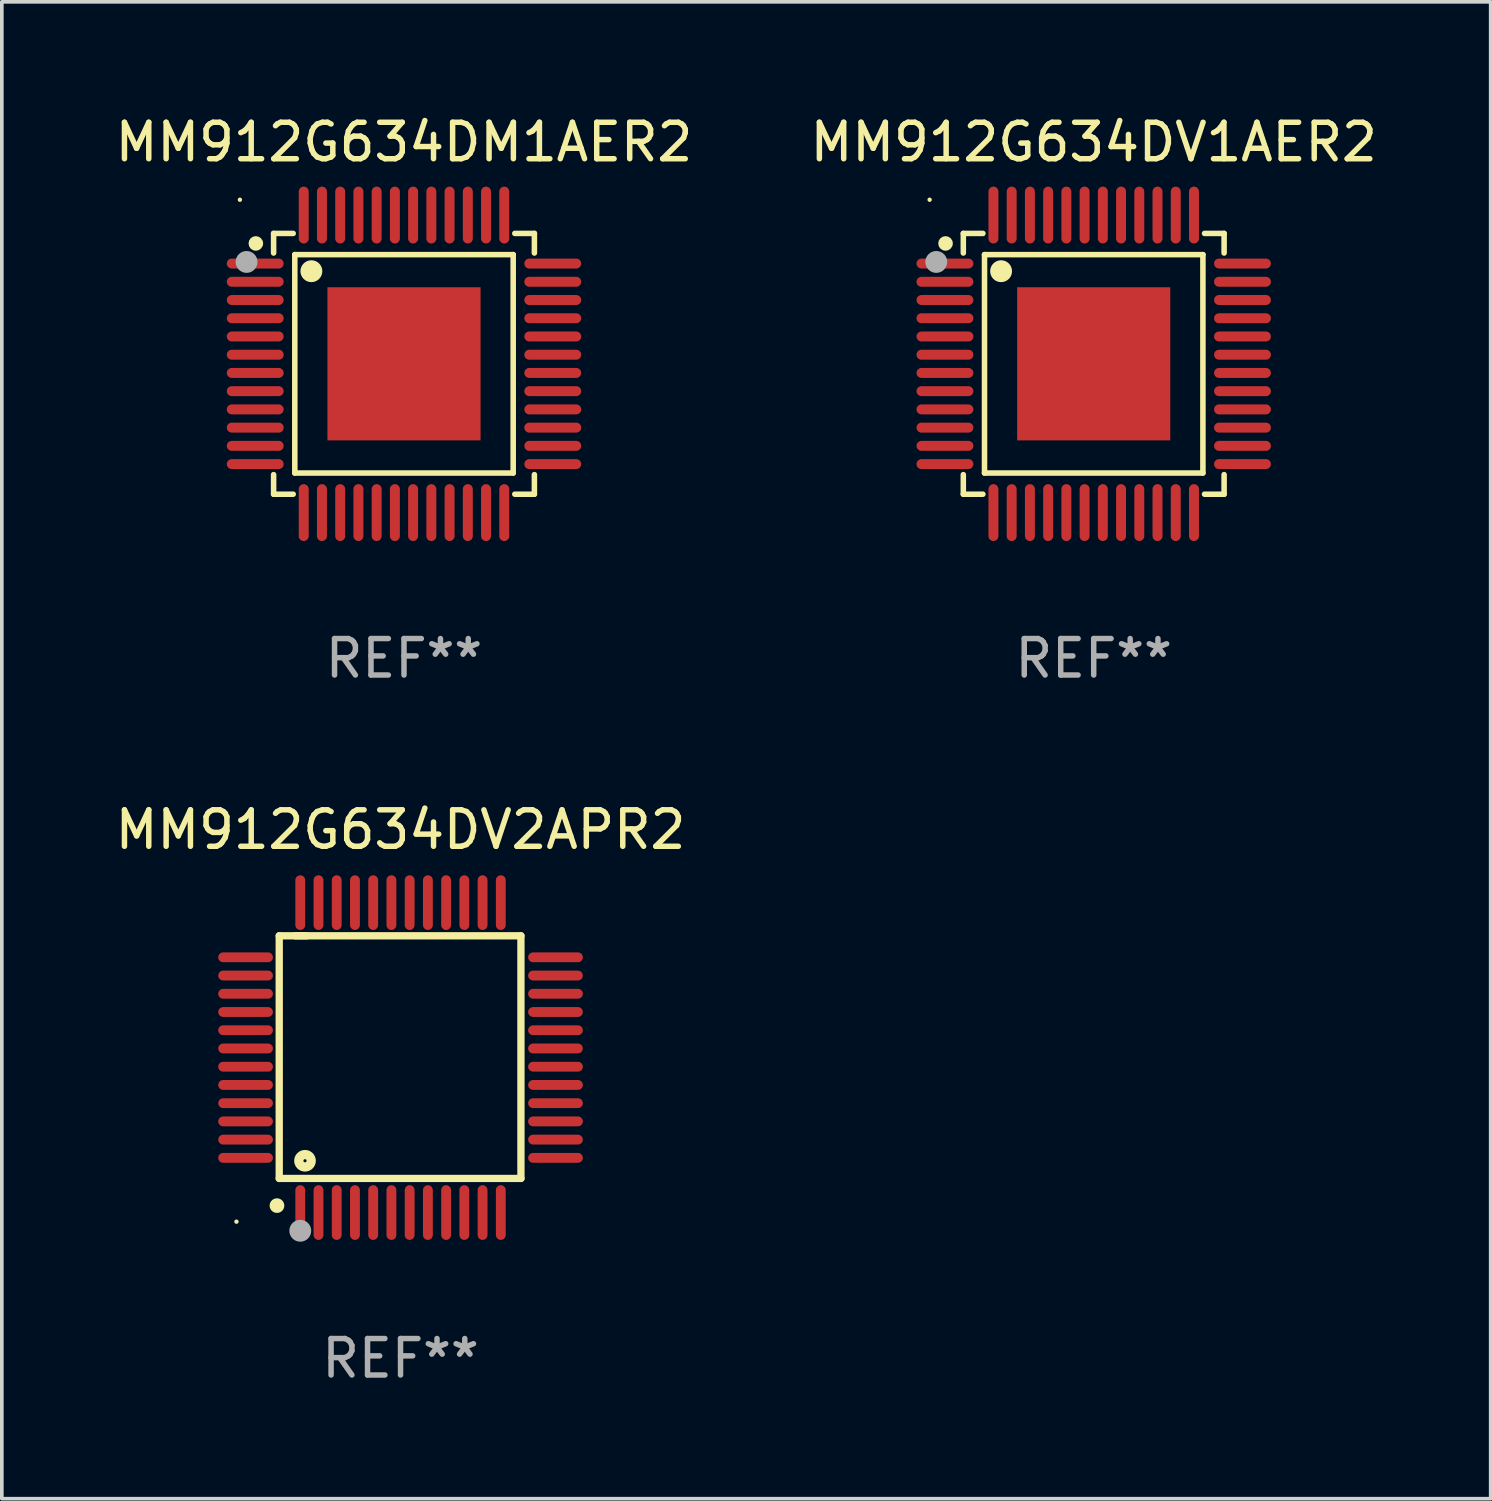
<source format=kicad_pcb>
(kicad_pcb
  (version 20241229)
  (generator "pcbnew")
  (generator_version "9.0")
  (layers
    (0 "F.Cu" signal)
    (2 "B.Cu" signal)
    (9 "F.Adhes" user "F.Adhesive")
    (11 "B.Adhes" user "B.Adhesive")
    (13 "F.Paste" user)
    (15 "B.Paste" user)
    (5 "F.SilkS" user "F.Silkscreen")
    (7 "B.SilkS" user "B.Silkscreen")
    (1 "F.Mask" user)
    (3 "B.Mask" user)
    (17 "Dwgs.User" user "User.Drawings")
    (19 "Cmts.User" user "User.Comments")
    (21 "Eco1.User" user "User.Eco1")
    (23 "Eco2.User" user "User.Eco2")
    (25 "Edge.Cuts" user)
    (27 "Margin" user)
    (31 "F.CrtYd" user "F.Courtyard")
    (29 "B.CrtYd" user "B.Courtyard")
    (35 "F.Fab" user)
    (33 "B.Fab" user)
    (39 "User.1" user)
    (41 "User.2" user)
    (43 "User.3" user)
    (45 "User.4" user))
  (footprint "MM912G634DV1AER2"
    (layer "F.Cu")
    (at 26.946 6.928)
    (property "Reference" "MM912G634DV1AER2" (at 0 -6.08 0) (layer "F.SilkS") (effects (font (size 1 1) (thickness 0.15))))
    (attr through_hole)
    (fp_line (start -3.576 -3.576) (end -3.039 -3.576) (stroke (width 0.152) (type solid)) (layer "F.SilkS"))
    (fp_line (start -3.576 -3.039) (end -3.576 -3.576) (stroke (width 0.152) (type solid)) (layer "F.SilkS"))
    (fp_line (start -3.576 3.039) (end -3.576 3.576) (stroke (width 0.152) (type solid)) (layer "F.SilkS"))
    (fp_line (start -3.576 3.576) (end -3.039 3.576) (stroke (width 0.152) (type solid)) (layer "F.SilkS"))
    (fp_line (start -2.995 -2.995) (end 2.995 -2.995) (stroke (width 0.152) (type solid)) (layer "F.SilkS"))
    (fp_line (start -2.995 2.995) (end -2.995 -2.995) (stroke (width 0.152) (type solid)) (layer "F.SilkS"))
    (fp_line (start 2.995 -2.995) (end 2.995 2.995) (stroke (width 0.152) (type solid)) (layer "F.SilkS"))
    (fp_line (start 2.995 2.995) (end -2.995 2.995) (stroke (width 0.152) (type solid)) (layer "F.SilkS"))
    (fp_line (start 3.576 -3.576) (end 3.039 -3.576) (stroke (width 0.152) (type solid)) (layer "F.SilkS"))
    (fp_line (start 3.576 -3.039) (end 3.576 -3.576) (stroke (width 0.152) (type solid)) (layer "F.SilkS"))
    (fp_line (start 3.576 3.039) (end 3.576 3.576) (stroke (width 0.152) (type solid)) (layer "F.SilkS"))
    (fp_line (start 3.576 3.576) (end 3.039 3.576) (stroke (width 0.152) (type solid)) (layer "F.SilkS"))
    (fp_circle (center -4.5 -4.5) (end -4.47 -4.5) (stroke (width 0.06) (type solid)) (fill no) (layer "F.SilkS"))
    (fp_circle (center -4.064 -3.302) (end -3.964 -3.302) (stroke (width 0.2) (type solid)) (fill no) (layer "F.SilkS"))
    (fp_circle (center -2.54 -2.54) (end -2.39 -2.54) (stroke (width 0.3) (type solid)) (fill no) (layer "F.SilkS"))
    (fp_circle (center -4.318 -2.794) (end -4.168 -2.794) (stroke (width 0.3) (type solid)) (fill no) (layer "F.Fab"))
    (fp_text user "REF**" (at 0 8.08 0) (layer "F.Fab") (effects (font (size 1 1) (thickness 0.15))))
    (pad "1" smd oval (at -4.08 -2.75) (size 1.56 0.273) (layers "F.Cu" "F.Mask" "F.Paste"))
    (pad "2" smd oval (at -4.08 -2.25) (size 1.56 0.273) (layers "F.Cu" "F.Mask" "F.Paste"))
    (pad "3" smd oval (at -4.08 -1.75) (size 1.56 0.273) (layers "F.Cu" "F.Mask" "F.Paste"))
    (pad "4" smd oval (at -4.08 -1.25) (size 1.56 0.273) (layers "F.Cu" "F.Mask" "F.Paste"))
    (pad "5" smd oval (at -4.08 -0.75) (size 1.56 0.273) (layers "F.Cu" "F.Mask" "F.Paste"))
    (pad "6" smd oval (at -4.08 -0.25) (size 1.56 0.273) (layers "F.Cu" "F.Mask" "F.Paste"))
    (pad "7" smd oval (at -4.08 0.25) (size 1.56 0.273) (layers "F.Cu" "F.Mask" "F.Paste"))
    (pad "8" smd oval (at -4.08 0.75) (size 1.56 0.273) (layers "F.Cu" "F.Mask" "F.Paste"))
    (pad "9" smd oval (at -4.08 1.25) (size 1.56 0.273) (layers "F.Cu" "F.Mask" "F.Paste"))
    (pad "10" smd oval (at -4.08 1.75) (size 1.56 0.273) (layers "F.Cu" "F.Mask" "F.Paste"))
    (pad "11" smd oval (at -4.08 2.25) (size 1.56 0.273) (layers "F.Cu" "F.Mask" "F.Paste"))
    (pad "12" smd oval (at -4.08 2.75) (size 1.56 0.273) (layers "F.Cu" "F.Mask" "F.Paste"))
    (pad "13" smd oval (at -2.75 4.08) (size 0.273 1.56) (layers "F.Cu" "F.Mask" "F.Paste"))
    (pad "14" smd oval (at -2.25 4.08) (size 0.273 1.56) (layers "F.Cu" "F.Mask" "F.Paste"))
    (pad "15" smd oval (at -1.75 4.08) (size 0.273 1.56) (layers "F.Cu" "F.Mask" "F.Paste"))
    (pad "16" smd oval (at -1.25 4.08) (size 0.273 1.56) (layers "F.Cu" "F.Mask" "F.Paste"))
    (pad "17" smd oval (at -0.75 4.08) (size 0.273 1.56) (layers "F.Cu" "F.Mask" "F.Paste"))
    (pad "18" smd oval (at -0.25 4.08) (size 0.273 1.56) (layers "F.Cu" "F.Mask" "F.Paste"))
    (pad "19" smd oval (at 0.25 4.08) (size 0.273 1.56) (layers "F.Cu" "F.Mask" "F.Paste"))
    (pad "20" smd oval (at 0.75 4.08) (size 0.273 1.56) (layers "F.Cu" "F.Mask" "F.Paste"))
    (pad "21" smd oval (at 1.25 4.08) (size 0.273 1.56) (layers "F.Cu" "F.Mask" "F.Paste"))
    (pad "22" smd oval (at 1.75 4.08) (size 0.273 1.56) (layers "F.Cu" "F.Mask" "F.Paste"))
    (pad "23" smd oval (at 2.25 4.08) (size 0.273 1.56) (layers "F.Cu" "F.Mask" "F.Paste"))
    (pad "24" smd oval (at 2.75 4.08) (size 0.273 1.56) (layers "F.Cu" "F.Mask" "F.Paste"))
    (pad "25" smd oval (at 4.08 2.75) (size 1.56 0.273) (layers "F.Cu" "F.Mask" "F.Paste"))
    (pad "26" smd oval (at 4.08 2.25) (size 1.56 0.273) (layers "F.Cu" "F.Mask" "F.Paste"))
    (pad "27" smd oval (at 4.08 1.75) (size 1.56 0.273) (layers "F.Cu" "F.Mask" "F.Paste"))
    (pad "28" smd oval (at 4.08 1.25) (size 1.56 0.273) (layers "F.Cu" "F.Mask" "F.Paste"))
    (pad "29" smd oval (at 4.08 0.75) (size 1.56 0.273) (layers "F.Cu" "F.Mask" "F.Paste"))
    (pad "30" smd oval (at 4.08 0.25) (size 1.56 0.273) (layers "F.Cu" "F.Mask" "F.Paste"))
    (pad "31" smd oval (at 4.08 -0.25) (size 1.56 0.273) (layers "F.Cu" "F.Mask" "F.Paste"))
    (pad "32" smd oval (at 4.08 -0.75) (size 1.56 0.273) (layers "F.Cu" "F.Mask" "F.Paste"))
    (pad "33" smd oval (at 4.08 -1.25) (size 1.56 0.273) (layers "F.Cu" "F.Mask" "F.Paste"))
    (pad "34" smd oval (at 4.08 -1.75) (size 1.56 0.273) (layers "F.Cu" "F.Mask" "F.Paste"))
    (pad "35" smd oval (at 4.08 -2.25) (size 1.56 0.273) (layers "F.Cu" "F.Mask" "F.Paste"))
    (pad "36" smd oval (at 4.08 -2.75) (size 1.56 0.273) (layers "F.Cu" "F.Mask" "F.Paste"))
    (pad "37" smd oval (at 2.75 -4.08) (size 0.273 1.56) (layers "F.Cu" "F.Mask" "F.Paste"))
    (pad "38" smd oval (at 2.25 -4.08) (size 0.273 1.56) (layers "F.Cu" "F.Mask" "F.Paste"))
    (pad "39" smd oval (at 1.75 -4.08) (size 0.273 1.56) (layers "F.Cu" "F.Mask" "F.Paste"))
    (pad "40" smd oval (at 1.25 -4.08) (size 0.273 1.56) (layers "F.Cu" "F.Mask" "F.Paste"))
    (pad "41" smd oval (at 0.75 -4.08) (size 0.273 1.56) (layers "F.Cu" "F.Mask" "F.Paste"))
    (pad "42" smd oval (at 0.25 -4.08) (size 0.273 1.56) (layers "F.Cu" "F.Mask" "F.Paste"))
    (pad "43" smd oval (at -0.25 -4.08) (size 0.273 1.56) (layers "F.Cu" "F.Mask" "F.Paste"))
    (pad "44" smd oval (at -0.75 -4.08) (size 0.273 1.56) (layers "F.Cu" "F.Mask" "F.Paste"))
    (pad "45" smd oval (at -1.25 -4.08) (size 0.273 1.56) (layers "F.Cu" "F.Mask" "F.Paste"))
    (pad "46" smd oval (at -1.75 -4.08) (size 0.273 1.56) (layers "F.Cu" "F.Mask" "F.Paste"))
    (pad "47" smd oval (at -2.25 -4.08) (size 0.273 1.56) (layers "F.Cu" "F.Mask" "F.Paste"))
    (pad "48" smd oval (at -2.75 -4.08) (size 0.273 1.56) (layers "F.Cu" "F.Mask" "F.Paste"))
    (pad "49" smd rect (at 0 0) (size 4.2 4.2) (layers "F.Cu" "F.Mask" "F.Paste")))
  (footprint "MM912G634DM1AER2"
    (layer "F.Cu")
    (at 8.03 6.928)
    (property "Reference" "MM912G634DM1AER2" (at 0 -6.08 0) (layer "F.SilkS") (effects (font (size 1 1) (thickness 0.15))))
    (attr through_hole)
    (fp_line (start -3.576 -3.576) (end -3.039 -3.576) (stroke (width 0.152) (type solid)) (layer "F.SilkS"))
    (fp_line (start -3.576 -3.039) (end -3.576 -3.576) (stroke (width 0.152) (type solid)) (layer "F.SilkS"))
    (fp_line (start -3.576 3.039) (end -3.576 3.576) (stroke (width 0.152) (type solid)) (layer "F.SilkS"))
    (fp_line (start -3.576 3.576) (end -3.039 3.576) (stroke (width 0.152) (type solid)) (layer "F.SilkS"))
    (fp_line (start -2.995 -2.995) (end 2.995 -2.995) (stroke (width 0.152) (type solid)) (layer "F.SilkS"))
    (fp_line (start -2.995 2.995) (end -2.995 -2.995) (stroke (width 0.152) (type solid)) (layer "F.SilkS"))
    (fp_line (start 2.995 -2.995) (end 2.995 2.995) (stroke (width 0.152) (type solid)) (layer "F.SilkS"))
    (fp_line (start 2.995 2.995) (end -2.995 2.995) (stroke (width 0.152) (type solid)) (layer "F.SilkS"))
    (fp_line (start 3.576 -3.576) (end 3.039 -3.576) (stroke (width 0.152) (type solid)) (layer "F.SilkS"))
    (fp_line (start 3.576 -3.039) (end 3.576 -3.576) (stroke (width 0.152) (type solid)) (layer "F.SilkS"))
    (fp_line (start 3.576 3.039) (end 3.576 3.576) (stroke (width 0.152) (type solid)) (layer "F.SilkS"))
    (fp_line (start 3.576 3.576) (end 3.039 3.576) (stroke (width 0.152) (type solid)) (layer "F.SilkS"))
    (fp_circle (center -4.5 -4.5) (end -4.47 -4.5) (stroke (width 0.06) (type solid)) (fill no) (layer "F.SilkS"))
    (fp_circle (center -4.064 -3.302) (end -3.964 -3.302) (stroke (width 0.2) (type solid)) (fill no) (layer "F.SilkS"))
    (fp_circle (center -2.54 -2.54) (end -2.39 -2.54) (stroke (width 0.3) (type solid)) (fill no) (layer "F.SilkS"))
    (fp_circle (center -4.318 -2.794) (end -4.168 -2.794) (stroke (width 0.3) (type solid)) (fill no) (layer "F.Fab"))
    (fp_text user "REF**" (at 0 8.08 0) (layer "F.Fab") (effects (font (size 1 1) (thickness 0.15))))
    (pad "1" smd oval (at -4.08 -2.75) (size 1.56 0.273) (layers "F.Cu" "F.Mask" "F.Paste"))
    (pad "2" smd oval (at -4.08 -2.25) (size 1.56 0.273) (layers "F.Cu" "F.Mask" "F.Paste"))
    (pad "3" smd oval (at -4.08 -1.75) (size 1.56 0.273) (layers "F.Cu" "F.Mask" "F.Paste"))
    (pad "4" smd oval (at -4.08 -1.25) (size 1.56 0.273) (layers "F.Cu" "F.Mask" "F.Paste"))
    (pad "5" smd oval (at -4.08 -0.75) (size 1.56 0.273) (layers "F.Cu" "F.Mask" "F.Paste"))
    (pad "6" smd oval (at -4.08 -0.25) (size 1.56 0.273) (layers "F.Cu" "F.Mask" "F.Paste"))
    (pad "7" smd oval (at -4.08 0.25) (size 1.56 0.273) (layers "F.Cu" "F.Mask" "F.Paste"))
    (pad "8" smd oval (at -4.08 0.75) (size 1.56 0.273) (layers "F.Cu" "F.Mask" "F.Paste"))
    (pad "9" smd oval (at -4.08 1.25) (size 1.56 0.273) (layers "F.Cu" "F.Mask" "F.Paste"))
    (pad "10" smd oval (at -4.08 1.75) (size 1.56 0.273) (layers "F.Cu" "F.Mask" "F.Paste"))
    (pad "11" smd oval (at -4.08 2.25) (size 1.56 0.273) (layers "F.Cu" "F.Mask" "F.Paste"))
    (pad "12" smd oval (at -4.08 2.75) (size 1.56 0.273) (layers "F.Cu" "F.Mask" "F.Paste"))
    (pad "13" smd oval (at -2.75 4.08) (size 0.273 1.56) (layers "F.Cu" "F.Mask" "F.Paste"))
    (pad "14" smd oval (at -2.25 4.08) (size 0.273 1.56) (layers "F.Cu" "F.Mask" "F.Paste"))
    (pad "15" smd oval (at -1.75 4.08) (size 0.273 1.56) (layers "F.Cu" "F.Mask" "F.Paste"))
    (pad "16" smd oval (at -1.25 4.08) (size 0.273 1.56) (layers "F.Cu" "F.Mask" "F.Paste"))
    (pad "17" smd oval (at -0.75 4.08) (size 0.273 1.56) (layers "F.Cu" "F.Mask" "F.Paste"))
    (pad "18" smd oval (at -0.25 4.08) (size 0.273 1.56) (layers "F.Cu" "F.Mask" "F.Paste"))
    (pad "19" smd oval (at 0.25 4.08) (size 0.273 1.56) (layers "F.Cu" "F.Mask" "F.Paste"))
    (pad "20" smd oval (at 0.75 4.08) (size 0.273 1.56) (layers "F.Cu" "F.Mask" "F.Paste"))
    (pad "21" smd oval (at 1.25 4.08) (size 0.273 1.56) (layers "F.Cu" "F.Mask" "F.Paste"))
    (pad "22" smd oval (at 1.75 4.08) (size 0.273 1.56) (layers "F.Cu" "F.Mask" "F.Paste"))
    (pad "23" smd oval (at 2.25 4.08) (size 0.273 1.56) (layers "F.Cu" "F.Mask" "F.Paste"))
    (pad "24" smd oval (at 2.75 4.08) (size 0.273 1.56) (layers "F.Cu" "F.Mask" "F.Paste"))
    (pad "25" smd oval (at 4.08 2.75) (size 1.56 0.273) (layers "F.Cu" "F.Mask" "F.Paste"))
    (pad "26" smd oval (at 4.08 2.25) (size 1.56 0.273) (layers "F.Cu" "F.Mask" "F.Paste"))
    (pad "27" smd oval (at 4.08 1.75) (size 1.56 0.273) (layers "F.Cu" "F.Mask" "F.Paste"))
    (pad "28" smd oval (at 4.08 1.25) (size 1.56 0.273) (layers "F.Cu" "F.Mask" "F.Paste"))
    (pad "29" smd oval (at 4.08 0.75) (size 1.56 0.273) (layers "F.Cu" "F.Mask" "F.Paste"))
    (pad "30" smd oval (at 4.08 0.25) (size 1.56 0.273) (layers "F.Cu" "F.Mask" "F.Paste"))
    (pad "31" smd oval (at 4.08 -0.25) (size 1.56 0.273) (layers "F.Cu" "F.Mask" "F.Paste"))
    (pad "32" smd oval (at 4.08 -0.75) (size 1.56 0.273) (layers "F.Cu" "F.Mask" "F.Paste"))
    (pad "33" smd oval (at 4.08 -1.25) (size 1.56 0.273) (layers "F.Cu" "F.Mask" "F.Paste"))
    (pad "34" smd oval (at 4.08 -1.75) (size 1.56 0.273) (layers "F.Cu" "F.Mask" "F.Paste"))
    (pad "35" smd oval (at 4.08 -2.25) (size 1.56 0.273) (layers "F.Cu" "F.Mask" "F.Paste"))
    (pad "36" smd oval (at 4.08 -2.75) (size 1.56 0.273) (layers "F.Cu" "F.Mask" "F.Paste"))
    (pad "37" smd oval (at 2.75 -4.08) (size 0.273 1.56) (layers "F.Cu" "F.Mask" "F.Paste"))
    (pad "38" smd oval (at 2.25 -4.08) (size 0.273 1.56) (layers "F.Cu" "F.Mask" "F.Paste"))
    (pad "39" smd oval (at 1.75 -4.08) (size 0.273 1.56) (layers "F.Cu" "F.Mask" "F.Paste"))
    (pad "40" smd oval (at 1.25 -4.08) (size 0.273 1.56) (layers "F.Cu" "F.Mask" "F.Paste"))
    (pad "41" smd oval (at 0.75 -4.08) (size 0.273 1.56) (layers "F.Cu" "F.Mask" "F.Paste"))
    (pad "42" smd oval (at 0.25 -4.08) (size 0.273 1.56) (layers "F.Cu" "F.Mask" "F.Paste"))
    (pad "43" smd oval (at -0.25 -4.08) (size 0.273 1.56) (layers "F.Cu" "F.Mask" "F.Paste"))
    (pad "44" smd oval (at -0.75 -4.08) (size 0.273 1.56) (layers "F.Cu" "F.Mask" "F.Paste"))
    (pad "45" smd oval (at -1.25 -4.08) (size 0.273 1.56) (layers "F.Cu" "F.Mask" "F.Paste"))
    (pad "46" smd oval (at -1.75 -4.08) (size 0.273 1.56) (layers "F.Cu" "F.Mask" "F.Paste"))
    (pad "47" smd oval (at -2.25 -4.08) (size 0.273 1.56) (layers "F.Cu" "F.Mask" "F.Paste"))
    (pad "48" smd oval (at -2.75 -4.08) (size 0.273 1.56) (layers "F.Cu" "F.Mask" "F.Paste"))
    (pad "49" smd rect (at 0 0) (size 4.2 4.2) (layers "F.Cu" "F.Mask" "F.Paste")))
  (footprint "MM912G634DV2APR2"
    (layer "F.Cu")
    (at 7.935 25.955)
    (property "Reference" "MM912G634DV2APR2" (at 0 -6.25 0) (layer "F.SilkS") (effects (font (size 1 1) (thickness 0.15))))
    (attr through_hole)
    (fp_line (start -3.327 -3.34) (end -2.565 -3.34) (stroke (width 0.2) (type solid)) (layer "F.SilkS"))
    (fp_line (start -3.327 3.315) (end -3.327 -3.34) (stroke (width 0.2) (type solid)) (layer "F.SilkS"))
    (fp_line (start -2.896 -3.34) (end 3.302 -3.34) (stroke (width 0.2) (type solid)) (layer "F.SilkS"))
    (fp_line (start 3.302 -3.34) (end 3.302 3.315) (stroke (width 0.2) (type solid)) (layer "F.SilkS"))
    (fp_line (start 3.302 3.315) (end -3.327 3.315) (stroke (width 0.2) (type solid)) (layer "F.SilkS"))
    (fp_arc (start -3.389992 4.059995) (mid -3.388722 4.059991) (end -3.387452 4.059995) (stroke (width 0.4) (type solid)) (layer "F.SilkS"))
    (fp_circle (center -4.5 4.5) (end -4.47 4.5) (stroke (width 0.06) (type solid)) (fill no) (layer "F.SilkS"))
    (fp_circle (center -2.62 2.83) (end -2.45 2.83) (stroke (width 0.254) (type solid)) (fill no) (layer "F.SilkS"))
    (fp_circle (center -2.75 4.75) (end -2.6 4.75) (stroke (width 0.3) (type solid)) (fill no) (layer "F.Fab"))
    (fp_text user "REF**" (at 0 8.25 0) (layer "F.Fab") (effects (font (size 1 1) (thickness 0.15))))
    (pad "1" smd oval (at -2.75 4.25) (size 0.27 1.5) (layers "F.Cu" "F.Mask" "F.Paste"))
    (pad "2" smd oval (at -2.25 4.25) (size 0.27 1.5) (layers "F.Cu" "F.Mask" "F.Paste"))
    (pad "3" smd oval (at -1.75 4.25) (size 0.27 1.5) (layers "F.Cu" "F.Mask" "F.Paste"))
    (pad "4" smd oval (at -1.25 4.25) (size 0.27 1.5) (layers "F.Cu" "F.Mask" "F.Paste"))
    (pad "5" smd oval (at -0.75 4.25) (size 0.27 1.5) (layers "F.Cu" "F.Mask" "F.Paste"))
    (pad "6" smd oval (at -0.25 4.25) (size 0.27 1.5) (layers "F.Cu" "F.Mask" "F.Paste"))
    (pad "7" smd oval (at 0.25 4.25) (size 0.27 1.5) (layers "F.Cu" "F.Mask" "F.Paste"))
    (pad "8" smd oval (at 0.75 4.25) (size 0.27 1.5) (layers "F.Cu" "F.Mask" "F.Paste"))
    (pad "9" smd oval (at 1.25 4.25) (size 0.27 1.5) (layers "F.Cu" "F.Mask" "F.Paste"))
    (pad "10" smd oval (at 1.75 4.25) (size 0.27 1.5) (layers "F.Cu" "F.Mask" "F.Paste"))
    (pad "11" smd oval (at 2.25 4.25) (size 0.27 1.5) (layers "F.Cu" "F.Mask" "F.Paste"))
    (pad "12" smd oval (at 2.75 4.25) (size 0.27 1.5) (layers "F.Cu" "F.Mask" "F.Paste"))
    (pad "13" smd oval (at 4.25 2.75) (size 1.5 0.27) (layers "F.Cu" "F.Mask" "F.Paste"))
    (pad "14" smd oval (at 4.25 2.25) (size 1.5 0.27) (layers "F.Cu" "F.Mask" "F.Paste"))
    (pad "15" smd oval (at 4.25 1.75) (size 1.5 0.27) (layers "F.Cu" "F.Mask" "F.Paste"))
    (pad "16" smd oval (at 4.25 1.25) (size 1.5 0.27) (layers "F.Cu" "F.Mask" "F.Paste"))
    (pad "17" smd oval (at 4.25 0.75) (size 1.5 0.27) (layers "F.Cu" "F.Mask" "F.Paste"))
    (pad "18" smd oval (at 4.25 0.25) (size 1.5 0.27) (layers "F.Cu" "F.Mask" "F.Paste"))
    (pad "19" smd oval (at 4.25 -0.25) (size 1.5 0.27) (layers "F.Cu" "F.Mask" "F.Paste"))
    (pad "20" smd oval (at 4.25 -0.75) (size 1.5 0.27) (layers "F.Cu" "F.Mask" "F.Paste"))
    (pad "21" smd oval (at 4.25 -1.25) (size 1.5 0.27) (layers "F.Cu" "F.Mask" "F.Paste"))
    (pad "22" smd oval (at 4.25 -1.75) (size 1.5 0.27) (layers "F.Cu" "F.Mask" "F.Paste"))
    (pad "23" smd oval (at 4.25 -2.25) (size 1.5 0.27) (layers "F.Cu" "F.Mask" "F.Paste"))
    (pad "24" smd oval (at 4.25 -2.75) (size 1.5 0.27) (layers "F.Cu" "F.Mask" "F.Paste"))
    (pad "25" smd oval (at 2.75 -4.25) (size 0.27 1.5) (layers "F.Cu" "F.Mask" "F.Paste"))
    (pad "26" smd oval (at 2.25 -4.25) (size 0.27 1.5) (layers "F.Cu" "F.Mask" "F.Paste"))
    (pad "27" smd oval (at 1.75 -4.25) (size 0.27 1.5) (layers "F.Cu" "F.Mask" "F.Paste"))
    (pad "28" smd oval (at 1.25 -4.25) (size 0.27 1.5) (layers "F.Cu" "F.Mask" "F.Paste"))
    (pad "29" smd oval (at 0.75 -4.25) (size 0.27 1.5) (layers "F.Cu" "F.Mask" "F.Paste"))
    (pad "30" smd oval (at 0.25 -4.25) (size 0.27 1.5) (layers "F.Cu" "F.Mask" "F.Paste"))
    (pad "31" smd oval (at -0.25 -4.25) (size 0.27 1.5) (layers "F.Cu" "F.Mask" "F.Paste"))
    (pad "32" smd oval (at -0.75 -4.25) (size 0.27 1.5) (layers "F.Cu" "F.Mask" "F.Paste"))
    (pad "33" smd oval (at -1.25 -4.25) (size 0.27 1.5) (layers "F.Cu" "F.Mask" "F.Paste"))
    (pad "34" smd oval (at -1.75 -4.25) (size 0.27 1.5) (layers "F.Cu" "F.Mask" "F.Paste"))
    (pad "35" smd oval (at -2.25 -4.25) (size 0.27 1.5) (layers "F.Cu" "F.Mask" "F.Paste"))
    (pad "36" smd oval (at -2.75 -4.25) (size 0.27 1.5) (layers "F.Cu" "F.Mask" "F.Paste"))
    (pad "37" smd oval (at -4.25 -2.75) (size 1.5 0.27) (layers "F.Cu" "F.Mask" "F.Paste"))
    (pad "38" smd oval (at -4.25 -2.25) (size 1.5 0.27) (layers "F.Cu" "F.Mask" "F.Paste"))
    (pad "39" smd oval (at -4.25 -1.75) (size 1.5 0.27) (layers "F.Cu" "F.Mask" "F.Paste"))
    (pad "40" smd oval (at -4.25 -1.25) (size 1.5 0.27) (layers "F.Cu" "F.Mask" "F.Paste"))
    (pad "41" smd oval (at -4.25 -0.75) (size 1.5 0.27) (layers "F.Cu" "F.Mask" "F.Paste"))
    (pad "42" smd oval (at -4.25 -0.25) (size 1.5 0.27) (layers "F.Cu" "F.Mask" "F.Paste"))
    (pad "43" smd oval (at -4.25 0.25) (size 1.5 0.27) (layers "F.Cu" "F.Mask" "F.Paste"))
    (pad "44" smd oval (at -4.25 0.75) (size 1.5 0.27) (layers "F.Cu" "F.Mask" "F.Paste"))
    (pad "45" smd oval (at -4.25 1.25) (size 1.5 0.27) (layers "F.Cu" "F.Mask" "F.Paste"))
    (pad "46" smd oval (at -4.25 1.75) (size 1.5 0.27) (layers "F.Cu" "F.Mask" "F.Paste"))
    (pad "47" smd oval (at -4.25 2.25) (size 1.5 0.27) (layers "F.Cu" "F.Mask" "F.Paste"))
    (pad "48" smd oval (at -4.25 2.75) (size 1.5 0.27) (layers "F.Cu" "F.Mask" "F.Paste")))
  (gr_rect
    (start -3 -3)
    (end 37.833 38.053)
    (stroke (width 0.1) (type default))
    (fill no)
    (layer "Edge.Cuts")))
</source>
